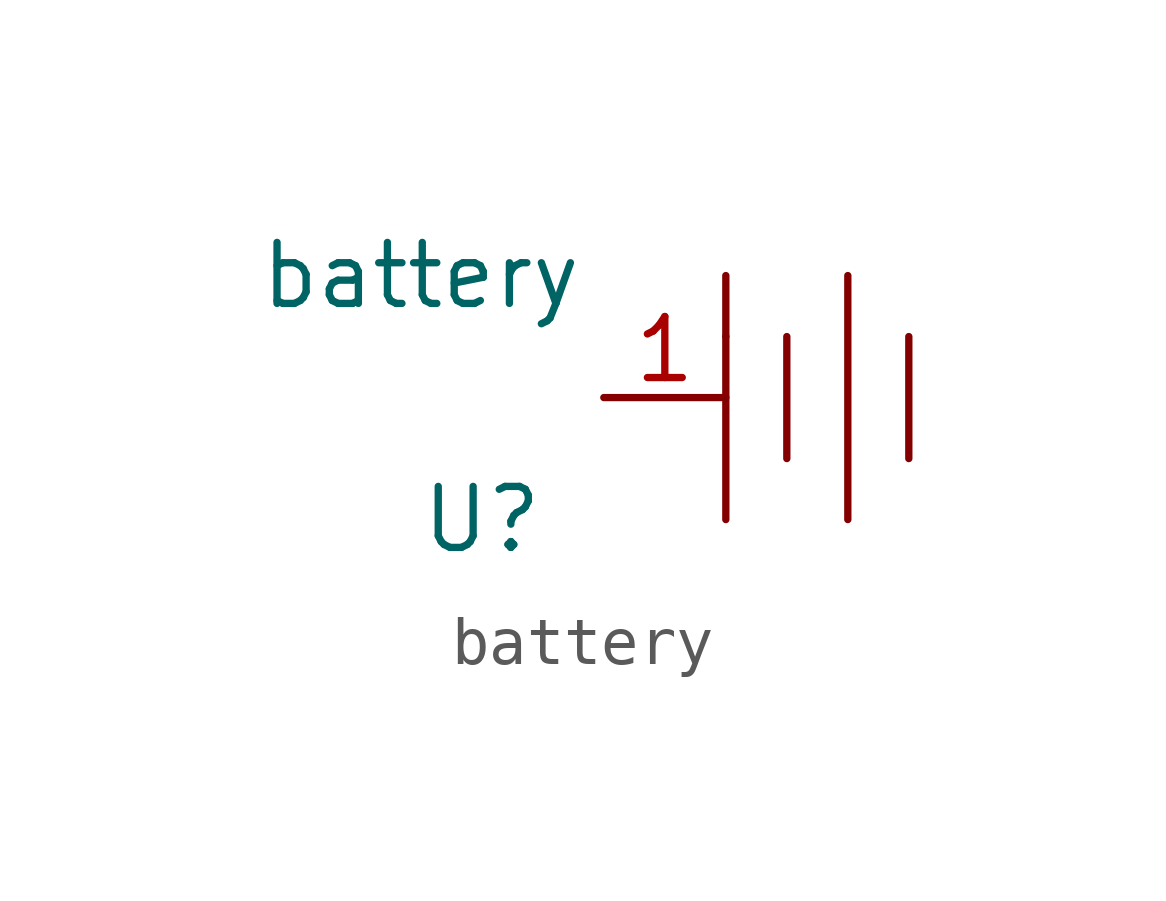
<source format=kicad_sym>
(kicad_symbol_lib
  (version 20211014)
  (generator kicad_symbol_editor)
  (symbol "battery"
    (property "Reference" "U"
      (at -2.54 -2.54 0)
      (effects (font (size 1.27 1.27))))
    (property "Value" "battery"
      (at -3.81 2.54 0)
      (effects (font (size 1.27 1.27))))
    (symbol "battery_0_1"
      (polyline (pts (xy 2.54 1.27) (xy 2.54 1.27)) (stroke (width 0) (type default) (color 0 0 0 0)) (fill (type none)))
      (polyline (pts (xy 2.54 2.54) (xy 2.54 -2.54)) (stroke (width 0) (type default) (color 0 0 0 0)) (fill (type none)))
      (polyline (pts (xy 3.81 -1.27) (xy 3.81 1.27)) (stroke (width 0) (type default) (color 0 0 0 0)) (fill (type none)))
      (polyline (pts (xy 5.08 2.54) (xy 5.08 -2.54)) (stroke (width 0) (type default) (color 0 0 0 0)) (fill (type none)))
      (polyline (pts (xy 6.35 -1.27) (xy 6.35 1.27)) (stroke (width 0) (type default) (color 0 0 0 0)) (fill (type none))))
    (symbol "battery_1_1"
      (pin power_in line (at 0 0 0) (length 2.54) (name "" (effects (font (size 1.27 1.27)))) (number "1" (effects (font (size 1.27 1.27))))))))
</source>
